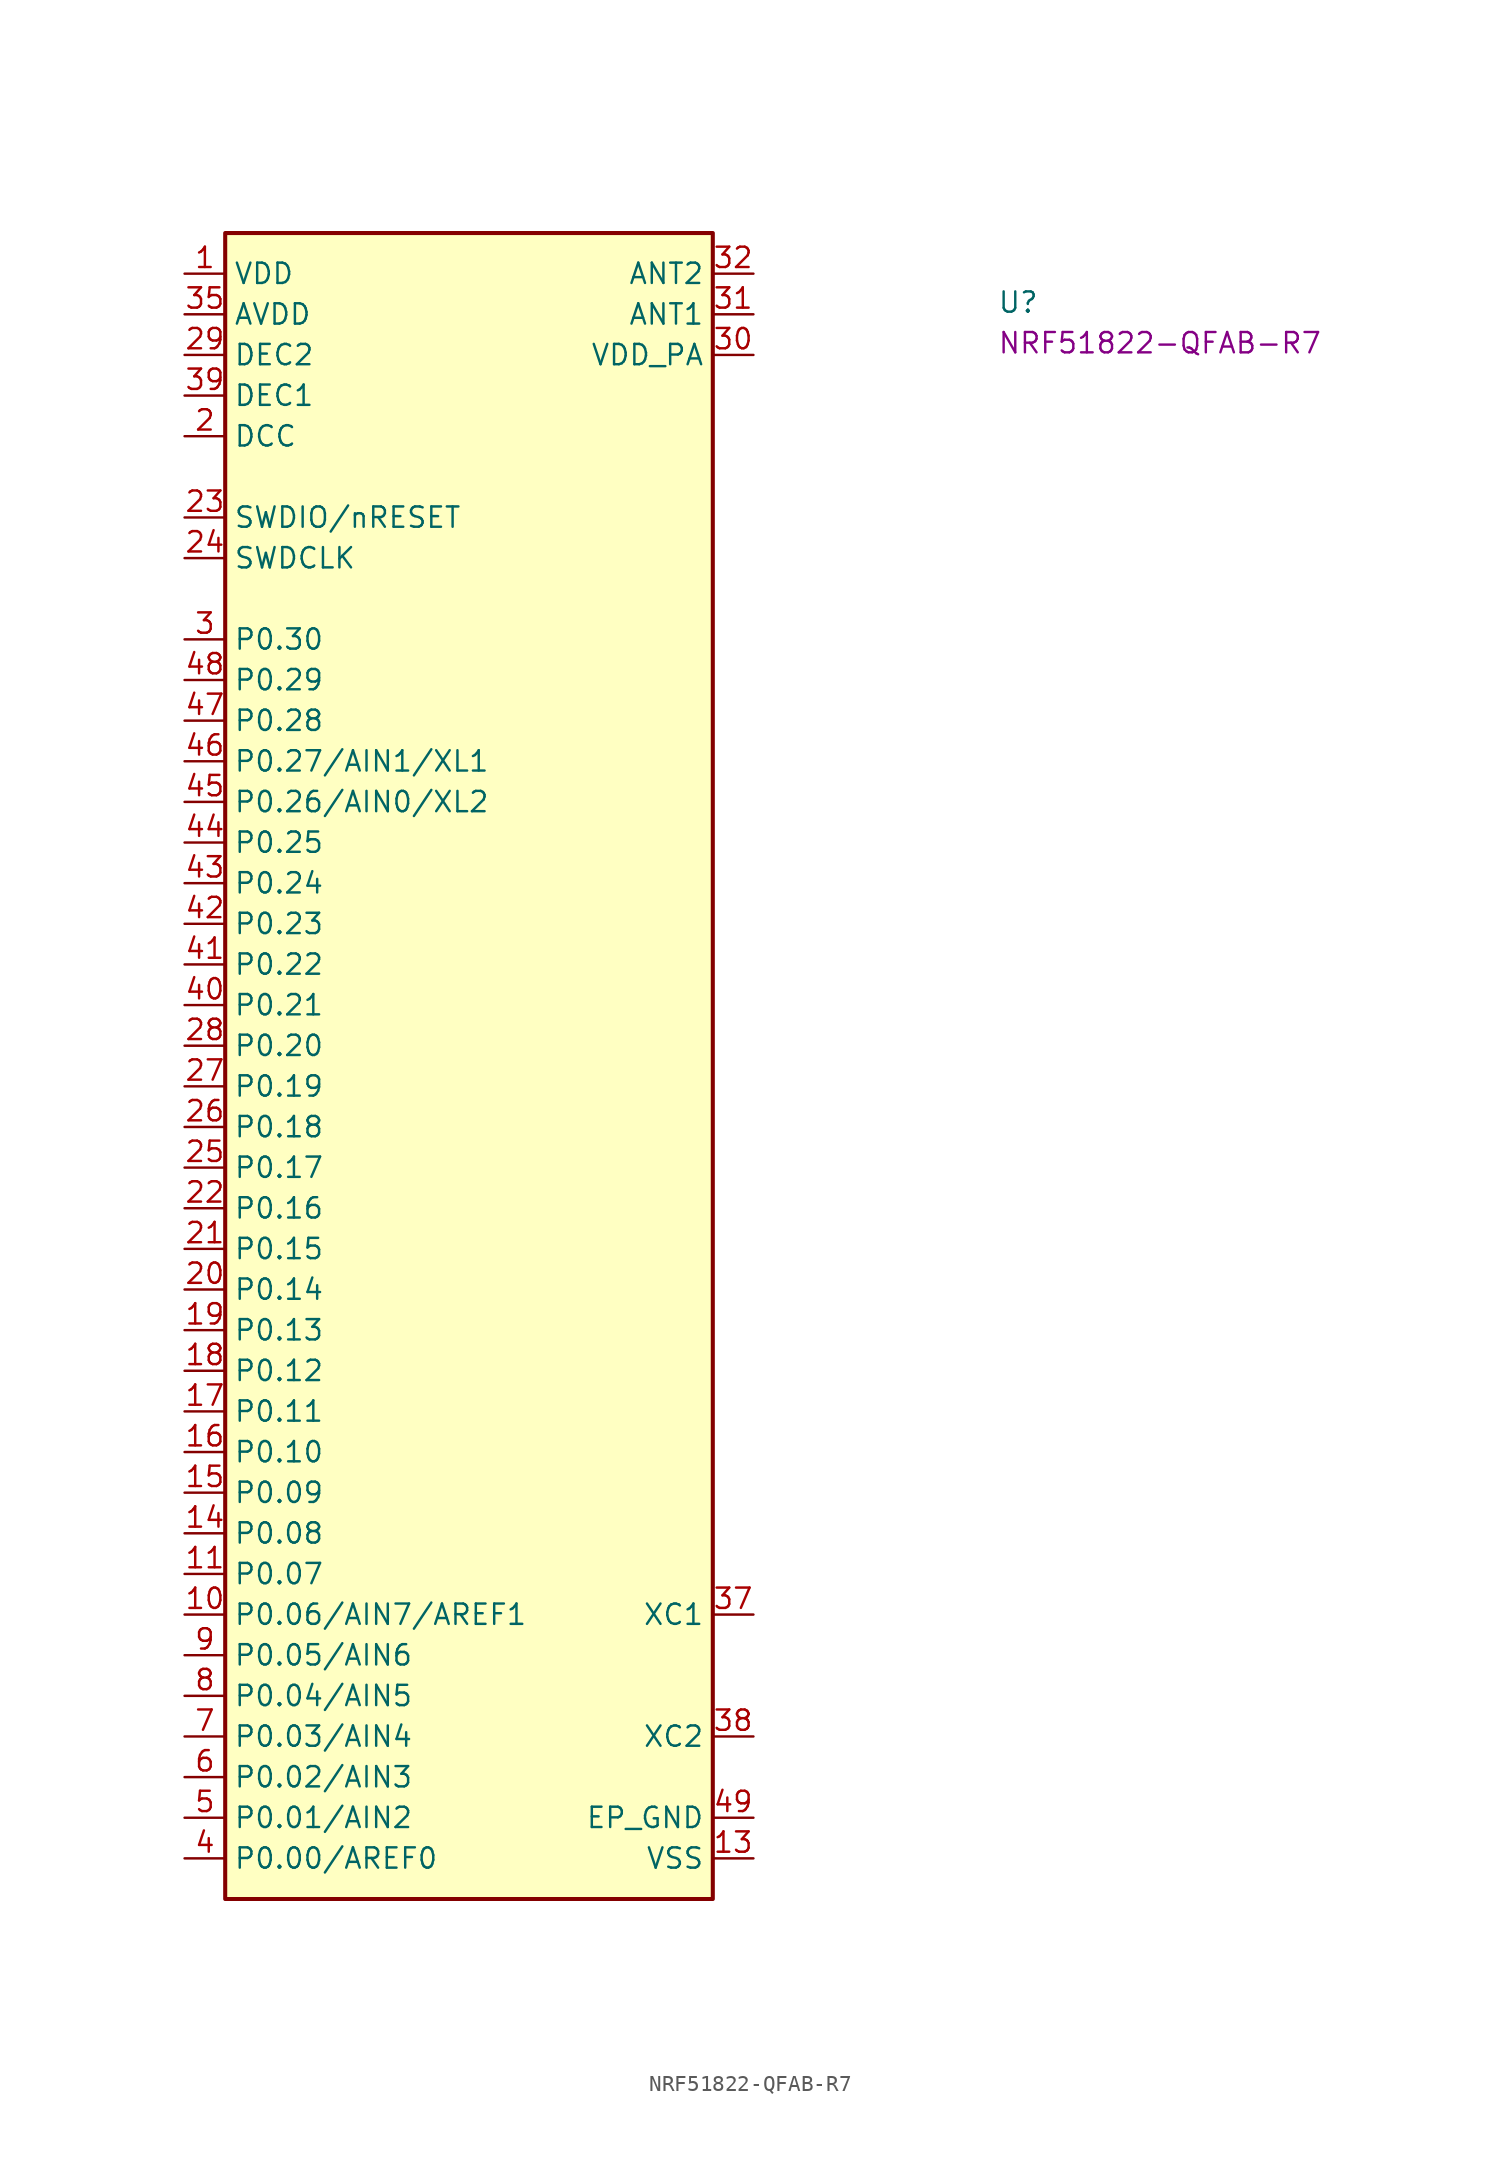
<source format=kicad_sym>
(kicad_symbol_lib
  (version 20220914)
  (generator kicad_symbol_editor)
  (symbol "NRF51822-QFAB-R7"
    (property "Reference" "U"
      (at 50.8 -2.54 0)
      (effects (font (size 1.27 1.27) (thickness 0.15)) (justify left bottom)))
    (property "MPN" "NRF51822-QFAB-R7"
      (at 50.8 -5.08 0)
      (effects (font (size 1.27 1.27) (thickness 0.15)) (justify left bottom)))
    (symbol "NRF51822-QFAB-R7_1_1"
      (rectangle (start 2.54 2.54) (end 33.02 -101.6) (stroke (width 0.254) (type default)) (fill (type background)))
      (pin power_in line (at 0 0 0) (length 2.54) (name "VDD" (effects (font (size 1.27 1.27)))) (number "1" (effects (font (size 1.27 1.27)))))
      (pin bidirectional line (at 0 -83.82 0) (length 2.54) (name "P0.06/AIN7/AREF1" (effects (font (size 1.27 1.27)))) (number "10" (effects (font (size 1.27 1.27)))))
      (pin bidirectional line (at 0 -81.28 0) (length 2.54) (name "P0.07" (effects (font (size 1.27 1.27)))) (number "11" (effects (font (size 1.27 1.27)))))
      (pin passive line (at 0 0 0) (length 2.54) hide (name "VDD" (effects (font (size 1.27 1.27)))) (number "12" (effects (font (size 1.27 1.27)))))
      (pin power_in line (at 35.56 -99.06 180) (length 2.54) (name "VSS" (effects (font (size 1.27 1.27)))) (number "13" (effects (font (size 1.27 1.27)))))
      (pin bidirectional line (at 0 -78.74 0) (length 2.54) (name "P0.08" (effects (font (size 1.27 1.27)))) (number "14" (effects (font (size 1.27 1.27)))))
      (pin bidirectional line (at 0 -76.2 0) (length 2.54) (name "P0.09" (effects (font (size 1.27 1.27)))) (number "15" (effects (font (size 1.27 1.27)))))
      (pin bidirectional line (at 0 -73.66 0) (length 2.54) (name "P0.10" (effects (font (size 1.27 1.27)))) (number "16" (effects (font (size 1.27 1.27)))))
      (pin bidirectional line (at 0 -71.12 0) (length 2.54) (name "P0.11" (effects (font (size 1.27 1.27)))) (number "17" (effects (font (size 1.27 1.27)))))
      (pin bidirectional line (at 0 -68.58 0) (length 2.54) (name "P0.12" (effects (font (size 1.27 1.27)))) (number "18" (effects (font (size 1.27 1.27)))))
      (pin bidirectional line (at 0 -66.04 0) (length 2.54) (name "P0.13" (effects (font (size 1.27 1.27)))) (number "19" (effects (font (size 1.27 1.27)))))
      (pin power_out line (at 0 -10.16 0) (length 2.54) (name "DCC" (effects (font (size 1.27 1.27)))) (number "2" (effects (font (size 1.27 1.27)))))
      (pin bidirectional line (at 0 -63.5 0) (length 2.54) (name "P0.14" (effects (font (size 1.27 1.27)))) (number "20" (effects (font (size 1.27 1.27)))))
      (pin bidirectional line (at 0 -60.96 0) (length 2.54) (name "P0.15" (effects (font (size 1.27 1.27)))) (number "21" (effects (font (size 1.27 1.27)))))
      (pin bidirectional line (at 0 -58.42 0) (length 2.54) (name "P0.16" (effects (font (size 1.27 1.27)))) (number "22" (effects (font (size 1.27 1.27)))))
      (pin bidirectional line (at 0 -15.24 0) (length 2.54) (name "SWDIO/nRESET" (effects (font (size 1.27 1.27)))) (number "23" (effects (font (size 1.27 1.27)))))
      (pin input line (at 0 -17.78 0) (length 2.54) (name "SWDCLK" (effects (font (size 1.27 1.27)))) (number "24" (effects (font (size 1.27 1.27)))))
      (pin bidirectional line (at 0 -55.88 0) (length 2.54) (name "P0.17" (effects (font (size 1.27 1.27)))) (number "25" (effects (font (size 1.27 1.27)))))
      (pin bidirectional line (at 0 -53.34 0) (length 2.54) (name "P0.18" (effects (font (size 1.27 1.27)))) (number "26" (effects (font (size 1.27 1.27)))))
      (pin bidirectional line (at 0 -50.8 0) (length 2.54) (name "P0.19" (effects (font (size 1.27 1.27)))) (number "27" (effects (font (size 1.27 1.27)))))
      (pin bidirectional line (at 0 -48.26 0) (length 2.54) (name "P0.20" (effects (font (size 1.27 1.27)))) (number "28" (effects (font (size 1.27 1.27)))))
      (pin power_in line (at 0 -5.08 0) (length 2.54) (name "DEC2" (effects (font (size 1.27 1.27)))) (number "29" (effects (font (size 1.27 1.27)))))
      (pin bidirectional line (at 0 -22.86 0) (length 2.54) (name "P0.30" (effects (font (size 1.27 1.27)))) (number "3" (effects (font (size 1.27 1.27)))))
      (pin power_out line (at 35.56 -5.08 180) (length 2.54) (name "VDD_PA" (effects (font (size 1.27 1.27)))) (number "30" (effects (font (size 1.27 1.27)))))
      (pin input line (at 35.56 -2.54 180) (length 2.54) (name "ANT1" (effects (font (size 1.27 1.27)))) (number "31" (effects (font (size 1.27 1.27)))))
      (pin input line (at 35.56 0 180) (length 2.54) (name "ANT2" (effects (font (size 1.27 1.27)))) (number "32" (effects (font (size 1.27 1.27)))))
      (pin passive line (at 35.56 -99.06 180) (length 2.54) hide (name "VSS" (effects (font (size 1.27 1.27)))) (number "33" (effects (font (size 1.27 1.27)))))
      (pin passive line (at 35.56 -99.06 180) (length 2.54) hide (name "VSS" (effects (font (size 1.27 1.27)))) (number "34" (effects (font (size 1.27 1.27)))))
      (pin power_in line (at 0 -2.54 0) (length 2.54) (name "AVDD" (effects (font (size 1.27 1.27)))) (number "35" (effects (font (size 1.27 1.27)))))
      (pin passive line (at 0 -2.54 0) (length 2.54) hide (name "AVDD" (effects (font (size 1.27 1.27)))) (number "36" (effects (font (size 1.27 1.27)))))
      (pin input line (at 35.56 -83.82 180) (length 2.54) (name "XC1" (effects (font (size 1.27 1.27)))) (number "37" (effects (font (size 1.27 1.27)))))
      (pin input line (at 35.56 -91.44 180) (length 2.54) (name "XC2" (effects (font (size 1.27 1.27)))) (number "38" (effects (font (size 1.27 1.27)))))
      (pin power_in line (at 0 -7.62 0) (length 2.54) (name "DEC1" (effects (font (size 1.27 1.27)))) (number "39" (effects (font (size 1.27 1.27)))))
      (pin bidirectional line (at 0 -99.06 0) (length 2.54) (name "P0.00/AREF0" (effects (font (size 1.27 1.27)))) (number "4" (effects (font (size 1.27 1.27)))))
      (pin bidirectional line (at 0 -45.72 0) (length 2.54) (name "P0.21" (effects (font (size 1.27 1.27)))) (number "40" (effects (font (size 1.27 1.27)))))
      (pin bidirectional line (at 0 -43.18 0) (length 2.54) (name "P0.22" (effects (font (size 1.27 1.27)))) (number "41" (effects (font (size 1.27 1.27)))))
      (pin bidirectional line (at 0 -40.64 0) (length 2.54) (name "P0.23" (effects (font (size 1.27 1.27)))) (number "42" (effects (font (size 1.27 1.27)))))
      (pin bidirectional line (at 0 -38.1 0) (length 2.54) (name "P0.24" (effects (font (size 1.27 1.27)))) (number "43" (effects (font (size 1.27 1.27)))))
      (pin bidirectional line (at 0 -35.56 0) (length 2.54) (name "P0.25" (effects (font (size 1.27 1.27)))) (number "44" (effects (font (size 1.27 1.27)))))
      (pin bidirectional line (at 0 -33.02 0) (length 2.54) (name "P0.26/AIN0/XL2" (effects (font (size 1.27 1.27)))) (number "45" (effects (font (size 1.27 1.27)))))
      (pin bidirectional line (at 0 -30.48 0) (length 2.54) (name "P0.27/AIN1/XL1" (effects (font (size 1.27 1.27)))) (number "46" (effects (font (size 1.27 1.27)))))
      (pin bidirectional line (at 0 -27.94 0) (length 2.54) (name "P0.28" (effects (font (size 1.27 1.27)))) (number "47" (effects (font (size 1.27 1.27)))))
      (pin bidirectional line (at 0 -25.4 0) (length 2.54) (name "P0.29" (effects (font (size 1.27 1.27)))) (number "48" (effects (font (size 1.27 1.27)))))
      (pin power_in line (at 35.56 -96.52 180) (length 2.54) (name "EP_GND" (effects (font (size 1.27 1.27)))) (number "49" (effects (font (size 1.27 1.27)))))
      (pin bidirectional line (at 0 -96.52 0) (length 2.54) (name "P0.01/AIN2" (effects (font (size 1.27 1.27)))) (number "5" (effects (font (size 1.27 1.27)))))
      (pin bidirectional line (at 0 -93.98 0) (length 2.54) (name "P0.02/AIN3" (effects (font (size 1.27 1.27)))) (number "6" (effects (font (size 1.27 1.27)))))
      (pin bidirectional line (at 0 -91.44 0) (length 2.54) (name "P0.03/AIN4" (effects (font (size 1.27 1.27)))) (number "7" (effects (font (size 1.27 1.27)))))
      (pin bidirectional line (at 0 -88.9 0) (length 2.54) (name "P0.04/AIN5" (effects (font (size 1.27 1.27)))) (number "8" (effects (font (size 1.27 1.27)))))
      (pin bidirectional line (at 0 -86.36 0) (length 2.54) (name "P0.05/AIN6" (effects (font (size 1.27 1.27)))) (number "9" (effects (font (size 1.27 1.27))))))))
</source>
